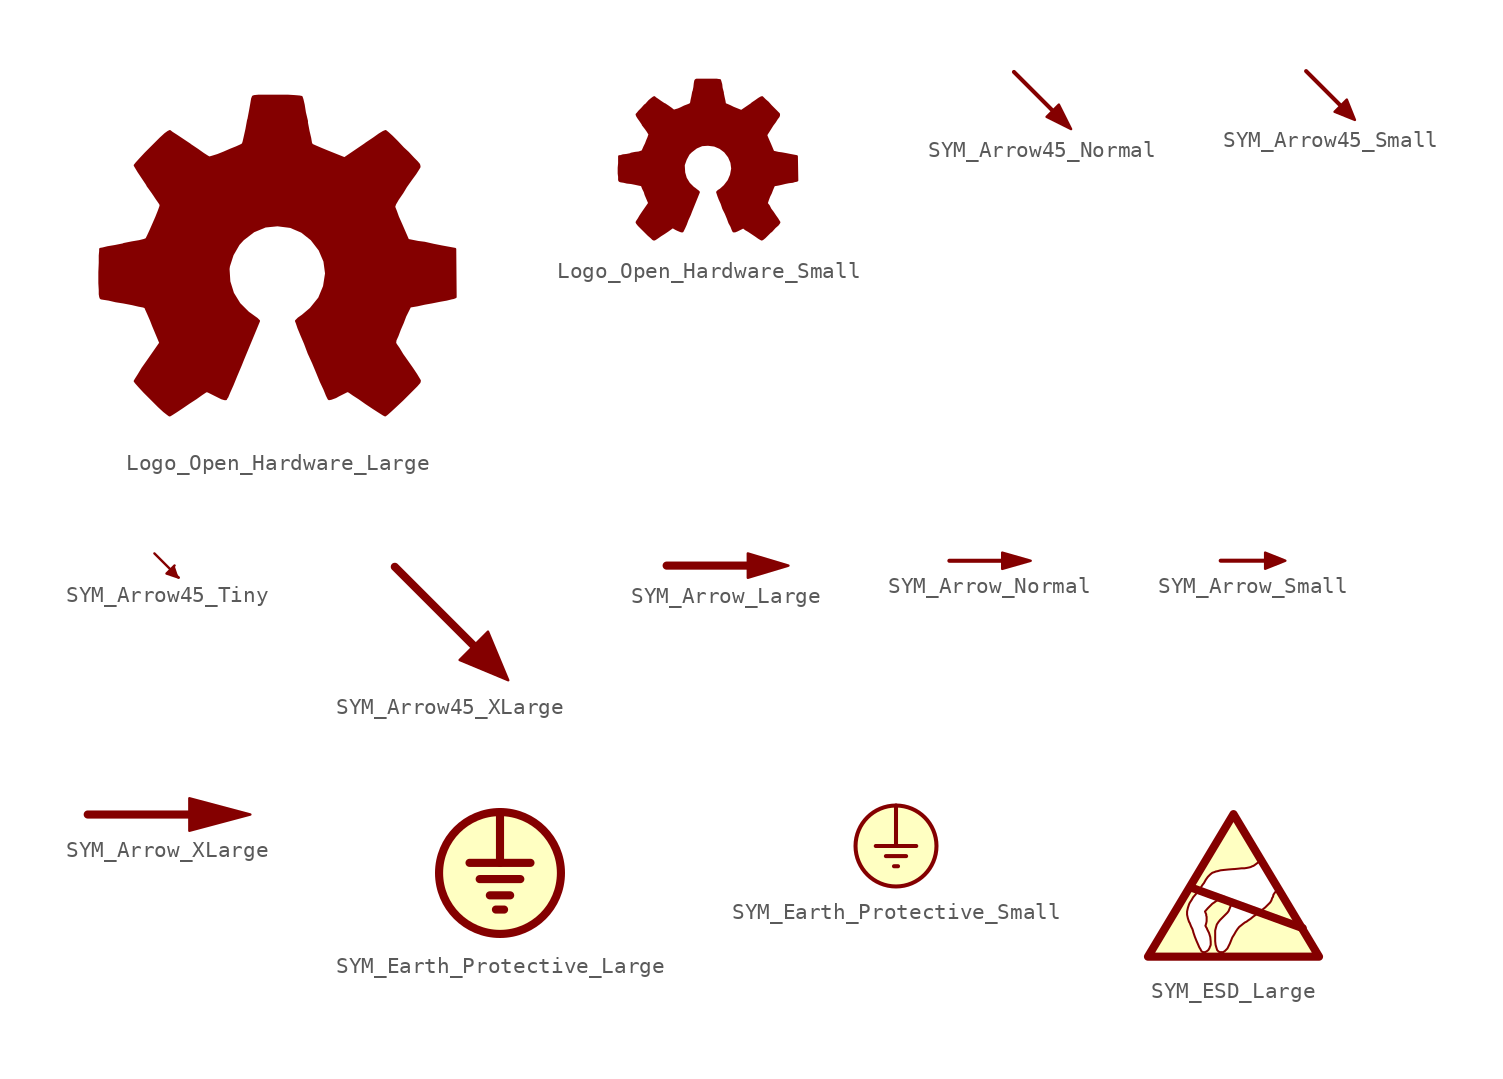
<source format=kicad_sym>
(kicad_symbol_lib
  (version 20201005)
  (generator kicad_symbol_editor)
  (symbol "Graphic:Logo_Open_Hardware_Large"
    (pin_names
      (offset 1.016))
    (property "Reference" "#LOGO"
      (at 0 12.7 0)
      (effects (font (size 1.27 1.27)) hide))
    (symbol "Logo_Open_Hardware_Large_1_1"
      (polyline (pts (xy 6.731 -8.712) (xy 6.629 -8.661) (xy 6.35 -8.484) (xy 5.994 -8.255) (xy 5.537 -7.95) (xy 5.105 -7.645) (xy 4.75 -7.417) (xy 4.496 -7.239) (xy 4.394 -7.188) (xy 4.318 -7.214) (xy 4.115 -7.315) (xy 3.81 -7.468) (xy 3.632 -7.569) (xy 3.353 -7.671) (xy 3.226 -7.696) (xy 3.2 -7.671) (xy 3.099 -7.468) (xy 2.946 -7.087) (xy 2.718 -6.604) (xy 2.489 -6.045) (xy 2.235 -5.436) (xy 1.956 -4.826) (xy 1.727 -4.216) (xy 1.499 -3.683) (xy 1.321 -3.251) (xy 1.219 -2.946) (xy 1.168 -2.819) (xy 1.194 -2.794) (xy 1.321 -2.667) (xy 1.575 -2.489) (xy 2.083 -2.057) (xy 2.616 -1.397) (xy 2.921 -0.66) (xy 3.048 0.152) (xy 2.946 0.914) (xy 2.642 1.626) (xy 2.134 2.286) (xy 1.524 2.769) (xy 0.813 3.073) (xy 0 3.175) (xy -0.762 3.099) (xy -1.499 2.794) (xy -2.159 2.286) (xy -2.438 1.981) (xy -2.819 1.321) (xy -3.048 0.61) (xy -3.073 0.432) (xy -3.023 -0.356) (xy -2.794 -1.092) (xy -2.388 -1.753) (xy -1.829 -2.311) (xy -1.753 -2.362) (xy -1.473 -2.565) (xy -1.295 -2.692) (xy -1.168 -2.819) (xy -2.159 -5.207) (xy -2.311 -5.588) (xy -2.591 -6.248) (xy -2.819 -6.807) (xy -3.023 -7.264) (xy -3.15 -7.569) (xy -3.226 -7.671) (xy -3.226 -7.696) (xy -3.302 -7.696) (xy -3.48 -7.645) (xy -3.835 -7.468) (xy -4.039 -7.366) (xy -4.293 -7.239) (xy -4.42 -7.188) (xy -4.521 -7.239) (xy -4.75 -7.391) (xy -5.105 -7.645) (xy -5.537 -7.925) (xy -5.944 -8.204) (xy -6.325 -8.458) (xy -6.604 -8.636) (xy -6.731 -8.712) (xy -6.756 -8.712) (xy -6.858 -8.636) (xy -7.087 -8.458) (xy -7.417 -8.153) (xy -7.874 -7.696) (xy -7.95 -7.62) (xy -8.331 -7.239) (xy -8.636 -6.909) (xy -8.839 -6.68) (xy -8.915 -6.579) (xy -8.915 -6.579) (xy -8.839 -6.452) (xy -8.661 -6.172) (xy -8.433 -5.791) (xy -8.128 -5.359) (xy -7.315 -4.191) (xy -7.772 -3.099) (xy -7.899 -2.769) (xy -8.077 -2.362) (xy -8.204 -2.083) (xy -8.255 -1.956) (xy -8.382 -1.905) (xy -8.661 -1.854) (xy -9.093 -1.753) (xy -9.627 -1.651) (xy -10.109 -1.575) (xy -10.541 -1.473) (xy -10.871 -1.422) (xy -11.024 -1.397) (xy -11.049 -1.372) (xy -11.074 -1.295) (xy -11.1 -1.143) (xy -11.1 -0.889) (xy -11.125 -0.457) (xy -11.125 0.152) (xy -11.125 0.229) (xy -11.1 0.813) (xy -11.1 1.27) (xy -11.074 1.549) (xy -11.074 1.676) (xy -11.074 1.676) (xy -10.922 1.702) (xy -10.617 1.778) (xy -10.16 1.854) (xy -9.652 1.956) (xy -9.601 1.981) (xy -9.093 2.083) (xy -8.636 2.159) (xy -8.331 2.235) (xy -8.204 2.286) (xy -8.179 2.311) (xy -8.077 2.515) (xy -7.925 2.845) (xy -7.747 3.251) (xy -7.569 3.658) (xy -7.417 4.039) (xy -7.315 4.318) (xy -7.29 4.445) (xy -7.29 4.445) (xy -7.366 4.572) (xy -7.544 4.826) (xy -7.798 5.207) (xy -8.128 5.664) (xy -8.128 5.69) (xy -8.433 6.147) (xy -8.687 6.528) (xy -8.839 6.782) (xy -8.915 6.909) (xy -8.915 6.909) (xy -8.814 7.036) (xy -8.585 7.29) (xy -8.255 7.645) (xy -7.874 8.026) (xy -7.747 8.153) (xy -7.315 8.585) (xy -7.01 8.865) (xy -6.833 8.992) (xy -6.731 9.042) (xy -6.731 9.042) (xy -6.604 8.941) (xy -6.325 8.763) (xy -5.944 8.509) (xy -5.486 8.204) (xy -5.461 8.179) (xy -5.004 7.874) (xy -4.648 7.62) (xy -4.369 7.442) (xy -4.267 7.391) (xy -4.242 7.391) (xy -4.064 7.442) (xy -3.734 7.544) (xy -3.353 7.696) (xy -2.946 7.874) (xy -2.565 8.026) (xy -2.286 8.153) (xy -2.159 8.23) (xy -2.159 8.23) (xy -2.108 8.382) (xy -2.032 8.712) (xy -1.93 9.169) (xy -1.829 9.728) (xy -1.803 9.804) (xy -1.702 10.338) (xy -1.626 10.77) (xy -1.575 11.074) (xy -1.524 11.201) (xy -1.448 11.227) (xy -1.194 11.252) (xy -0.813 11.252) (xy -0.33 11.252) (xy 0.152 11.252) (xy 0.66 11.252) (xy 1.067 11.227) (xy 1.372 11.201) (xy 1.499 11.176) (xy 1.499 11.176) (xy 1.549 11.024) (xy 1.626 10.693) (xy 1.702 10.211) (xy 1.829 9.677) (xy 1.829 9.576) (xy 1.93 9.042) (xy 2.032 8.611) (xy 2.083 8.306) (xy 2.134 8.204) (xy 2.159 8.179) (xy 2.388 8.077) (xy 2.743 7.925) (xy 3.175 7.747) (xy 4.191 7.341) (xy 5.461 8.204) (xy 5.563 8.28) (xy 6.02 8.585) (xy 6.375 8.839) (xy 6.629 8.992) (xy 6.756 9.042) (xy 6.756 9.042) (xy 6.883 8.941) (xy 7.137 8.712) (xy 7.468 8.382) (xy 7.849 7.976) (xy 8.153 7.696) (xy 8.484 7.341) (xy 8.712 7.112) (xy 8.839 6.96) (xy 8.865 6.858) (xy 8.865 6.807) (xy 8.788 6.68) (xy 8.611 6.401) (xy 8.331 6.02) (xy 8.026 5.588) (xy 7.798 5.207) (xy 7.518 4.801) (xy 7.341 4.496) (xy 7.29 4.343) (xy 7.29 4.293) (xy 7.391 4.039) (xy 7.518 3.683) (xy 7.722 3.226) (xy 8.153 2.235) (xy 8.788 2.108) (xy 9.195 2.057) (xy 9.754 1.93) (xy 10.262 1.829) (xy 11.1 1.676) (xy 11.125 -1.321) (xy 10.998 -1.372) (xy 10.871 -1.397) (xy 10.566 -1.473) (xy 10.135 -1.549) (xy 9.627 -1.651) (xy 9.195 -1.727) (xy 8.738 -1.829) (xy 8.433 -1.88) (xy 8.28 -1.905) (xy 8.255 -1.956) (xy 8.153 -2.159) (xy 7.976 -2.515) (xy 7.823 -2.921) (xy 7.645 -3.327) (xy 7.493 -3.734) (xy 7.366 -4.013) (xy 7.341 -4.191) (xy 7.391 -4.293) (xy 7.569 -4.547) (xy 7.798 -4.928) (xy 8.103 -5.359) (xy 8.407 -5.791) (xy 8.661 -6.172) (xy 8.814 -6.426) (xy 8.89 -6.553) (xy 8.865 -6.655) (xy 8.687 -6.858) (xy 8.357 -7.188) (xy 7.874 -7.671) (xy 7.798 -7.747) (xy 7.391 -8.128) (xy 7.061 -8.433) (xy 6.833 -8.636) (xy 6.731 -8.712)) (stroke (width 0)) (fill (type outline)))))
  (symbol "Graphic:Logo_Open_Hardware_Small"
    (pin_names
      (offset 1.016))
    (property "Reference" "#LOGO"
      (at 0 6.985 0)
      (effects (font (size 1.27 1.27)) hide))
    (symbol "Logo_Open_Hardware_Small_0_1"
      (polyline (pts (xy 3.353 -4.343) (xy 3.302 -4.318) (xy 3.175 -4.242) (xy 2.997 -4.115) (xy 2.769 -3.962) (xy 2.54 -3.81) (xy 2.362 -3.708) (xy 2.235 -3.607) (xy 2.184 -3.581) (xy 2.159 -3.607) (xy 2.057 -3.658) (xy 1.905 -3.734) (xy 1.803 -3.785) (xy 1.676 -3.835) (xy 1.6 -3.835) (xy 1.6 -3.835) (xy 1.549 -3.734) (xy 1.473 -3.531) (xy 1.346 -3.302) (xy 1.245 -3.023) (xy 1.118 -2.718) (xy 0.965 -2.413) (xy 0.864 -2.108) (xy 0.737 -1.829) (xy 0.66 -1.626) (xy 0.61 -1.473) (xy 0.584 -1.397) (xy 0.584 -1.397) (xy 0.66 -1.321) (xy 0.787 -1.245) (xy 1.041 -1.016) (xy 1.295 -0.686) (xy 1.448 -0.33) (xy 1.524 0.076) (xy 1.473 0.457) (xy 1.321 0.813) (xy 1.067 1.143) (xy 0.762 1.372) (xy 0.406 1.524) (xy 0 1.575) (xy -0.381 1.549) (xy -0.737 1.397) (xy -1.067 1.143) (xy -1.219 0.991) (xy -1.397 0.66) (xy -1.524 0.305) (xy -1.524 0.229) (xy -1.499 -0.178) (xy -1.397 -0.533) (xy -1.194 -0.864) (xy -0.914 -1.143) (xy -0.864 -1.168) (xy -0.737 -1.27) (xy -0.635 -1.346) (xy -0.584 -1.397) (xy -1.067 -2.591) (xy -1.143 -2.794) (xy -1.295 -3.124) (xy -1.397 -3.404) (xy -1.499 -3.632) (xy -1.575 -3.785) (xy -1.6 -3.835) (xy -1.6 -3.835) (xy -1.651 -3.835) (xy -1.727 -3.81) (xy -1.905 -3.734) (xy -2.007 -3.683) (xy -2.134 -3.607) (xy -2.21 -3.581) (xy -2.261 -3.607) (xy -2.362 -3.683) (xy -2.54 -3.81) (xy -2.769 -3.962) (xy -2.972 -4.089) (xy -3.15 -4.216) (xy -3.302 -4.318) (xy -3.353 -4.343) (xy -3.378 -4.343) (xy -3.429 -4.318) (xy -3.531 -4.216) (xy -3.708 -4.064) (xy -3.937 -3.835) (xy -3.962 -3.81) (xy -4.166 -3.607) (xy -4.318 -3.454) (xy -4.42 -3.327) (xy -4.445 -3.277) (xy -4.445 -3.277) (xy -4.42 -3.226) (xy -4.318 -3.073) (xy -4.216 -2.896) (xy -4.064 -2.667) (xy -3.658 -2.083) (xy -3.886 -1.549) (xy -3.937 -1.372) (xy -4.039 -1.168) (xy -4.089 -1.041) (xy -4.115 -0.965) (xy -4.191 -0.94) (xy -4.318 -0.914) (xy -4.547 -0.864) (xy -4.801 -0.813) (xy -5.055 -0.787) (xy -5.258 -0.737) (xy -5.436 -0.711) (xy -5.512 -0.686) (xy -5.512 -0.686) (xy -5.537 -0.635) (xy -5.537 -0.559) (xy -5.537 -0.432) (xy -5.563 -0.229) (xy -5.563 0.076) (xy -5.563 0.127) (xy -5.537 0.406) (xy -5.537 0.635) (xy -5.537 0.762) (xy -5.537 0.838) (xy -5.537 0.838) (xy -5.461 0.838) (xy -5.309 0.889) (xy -5.08 0.914) (xy -4.826 0.965) (xy -4.801 0.991) (xy -4.547 1.041) (xy -4.318 1.067) (xy -4.166 1.118) (xy -4.089 1.143) (xy -4.089 1.143) (xy -4.039 1.245) (xy -3.962 1.422) (xy -3.861 1.626) (xy -3.785 1.829) (xy -3.708 2.007) (xy -3.658 2.159) (xy -3.632 2.21) (xy -3.632 2.21) (xy -3.683 2.286) (xy -3.759 2.413) (xy -3.886 2.591) (xy -4.064 2.819) (xy -4.064 2.845) (xy -4.216 3.073) (xy -4.343 3.251) (xy -4.42 3.378) (xy -4.445 3.454) (xy -4.445 3.454) (xy -4.394 3.505) (xy -4.293 3.632) (xy -4.115 3.81) (xy -3.937 4.013) (xy -3.861 4.064) (xy -3.658 4.293) (xy -3.505 4.42) (xy -3.404 4.496) (xy -3.353 4.521) (xy -3.353 4.521) (xy -3.302 4.47) (xy -3.15 4.369) (xy -2.972 4.242) (xy -2.743 4.089) (xy -2.718 4.089) (xy -2.489 3.937) (xy -2.311 3.81) (xy -2.184 3.708) (xy -2.134 3.683) (xy -2.108 3.683) (xy -2.032 3.708) (xy -1.854 3.759) (xy -1.676 3.835) (xy -1.473 3.937) (xy -1.27 4.013) (xy -1.143 4.064) (xy -1.067 4.115) (xy -1.067 4.115) (xy -1.041 4.191) (xy -1.016 4.343) (xy -0.965 4.572) (xy -0.914 4.851) (xy -0.889 4.902) (xy -0.838 5.156) (xy -0.813 5.385) (xy -0.787 5.537) (xy -0.762 5.588) (xy -0.711 5.613) (xy -0.584 5.613) (xy -0.406 5.613) (xy -0.152 5.613) (xy 0.076 5.613) (xy 0.33 5.613) (xy 0.533 5.613) (xy 0.686 5.588) (xy 0.737 5.588) (xy 0.737 5.588) (xy 0.762 5.512) (xy 0.813 5.334) (xy 0.838 5.105) (xy 0.914 4.826) (xy 0.914 4.775) (xy 0.965 4.521) (xy 1.016 4.293) (xy 1.041 4.14) (xy 1.067 4.089) (xy 1.067 4.089) (xy 1.194 4.039) (xy 1.372 3.962) (xy 1.575 3.861) (xy 2.083 3.658) (xy 2.718 4.089) (xy 2.769 4.14) (xy 2.997 4.293) (xy 3.175 4.42) (xy 3.302 4.496) (xy 3.378 4.521) (xy 3.378 4.521) (xy 3.429 4.47) (xy 3.556 4.343) (xy 3.734 4.191) (xy 3.912 3.988) (xy 4.064 3.835) (xy 4.242 3.658) (xy 4.343 3.556) (xy 4.42 3.48) (xy 4.42 3.429) (xy 4.42 3.404) (xy 4.394 3.327) (xy 4.293 3.2) (xy 4.166 2.997) (xy 4.013 2.794) (xy 3.886 2.591) (xy 3.759 2.388) (xy 3.658 2.235) (xy 3.632 2.159) (xy 3.632 2.134) (xy 3.683 2.007) (xy 3.759 1.829) (xy 3.861 1.6) (xy 4.064 1.118) (xy 4.394 1.041) (xy 4.597 1.016) (xy 4.877 0.965) (xy 5.131 0.914) (xy 5.537 0.838) (xy 5.563 -0.66) (xy 5.486 -0.686) (xy 5.436 -0.686) (xy 5.283 -0.737) (xy 5.055 -0.762) (xy 4.801 -0.813) (xy 4.597 -0.864) (xy 4.369 -0.914) (xy 4.216 -0.94) (xy 4.14 -0.94) (xy 4.115 -0.965) (xy 4.064 -1.067) (xy 3.988 -1.245) (xy 3.912 -1.448) (xy 3.81 -1.651) (xy 3.734 -1.854) (xy 3.683 -2.007) (xy 3.658 -2.083) (xy 3.683 -2.134) (xy 3.785 -2.261) (xy 3.886 -2.464) (xy 4.039 -2.667) (xy 4.191 -2.896) (xy 4.318 -3.073) (xy 4.394 -3.2) (xy 4.445 -3.277) (xy 4.42 -3.327) (xy 4.343 -3.429) (xy 4.166 -3.581) (xy 3.937 -3.835) (xy 3.886 -3.861) (xy 3.683 -4.064) (xy 3.531 -4.216) (xy 3.404 -4.318) (xy 3.353 -4.343)) (stroke (width 0)) (fill (type outline)))))
  (symbol "Graphic:SYM_Arrow45_Normal"
    (pin_names
      (offset 1.016))
    (property "Reference" "#SYM"
      (at 3.81 1.27 0)
      (effects (font (size 1.27 1.27)) hide))
    (symbol "SYM_Arrow45_Normal_0_1"
      (polyline (pts (xy 1.524 -1.524) (xy -1.778 1.778)) (stroke (width 0.254)) (fill (type none)))
      (polyline (pts (xy 1.778 -1.778) (xy 0.254 -1.016) (xy 1.016 -0.254) (xy 1.778 -1.778)) (stroke (width 0)) (fill (type outline)))))
  (symbol "Graphic:SYM_Arrow45_Small"
    (pin_names
      (offset 1.016))
    (property "Reference" "#SYM"
      (at 4.318 1.016 0)
      (effects (font (size 1.27 1.27)) hide))
    (symbol "SYM_Arrow45_Small_0_1"
      (polyline (pts (xy 1.27 -1.27) (xy -1.524 1.524)) (stroke (width 0.254)) (fill (type none)))
      (polyline (pts (xy 1.524 -1.524) (xy 0.254 -1.016) (xy 1.016 -0.254) (xy 1.524 -1.524)) (stroke (width 0)) (fill (type outline)))))
  (symbol "Graphic:SYM_Arrow45_Tiny"
    (pin_names
      (offset 1.016))
    (property "Reference" "#SYM"
      (at 4.064 1.27 0)
      (effects (font (size 1.27 1.27)) hide))
    (symbol "SYM_Arrow45_Tiny_0_1"
      (polyline (pts (xy 0.508 -0.762) (xy -1.016 0.762)) (stroke (width 0)) (fill (type none)))
      (polyline (pts (xy 0.508 -0.762) (xy -0.254 -0.508) (xy 0.254 0)) (stroke (width 0)) (fill (type outline)))))
  (symbol "Graphic:SYM_Arrow45_XLarge"
    (pin_names
      (offset 1.016))
    (property "Reference" "#SYM"
      (at 2.794 2.54 0)
      (effects (font (size 1.27 1.27)) hide))
    (symbol "SYM_Arrow45_XLarge_0_1"
      (polyline (pts (xy 3.048 -3.048) (xy -3.556 3.556)) (stroke (width 0.508)) (fill (type none)))
      (polyline (pts (xy 3.556 -3.556) (xy 0.508 -2.286) (xy 2.286 -0.508) (xy 3.556 -3.556)) (stroke (width 0)) (fill (type outline)))))
  (symbol "Graphic:SYM_Arrow_Large"
    (pin_names
      (offset 1.016))
    (property "Reference" "#SYM"
      (at 0 2.286 0)
      (effects (font (size 1.27 1.27)) hide))
    (symbol "SYM_Arrow_Large_0_1"
      (polyline (pts (xy 2.54 0) (xy -3.81 0)) (stroke (width 0.508)) (fill (type none)))
      (polyline (pts (xy 3.81 0) (xy 1.27 -0.762) (xy 1.27 0.762) (xy 3.81 0)) (stroke (width 0)) (fill (type outline)))))
  (symbol "Graphic:SYM_Arrow_Normal"
    (pin_names
      (offset 1.016))
    (property "Reference" "#SYM"
      (at 0 1.524 0)
      (effects (font (size 1.27 1.27)) hide))
    (symbol "SYM_Arrow_Normal_0_1"
      (polyline (pts (xy 1.524 0) (xy -2.54 0)) (stroke (width 0.254)) (fill (type none)))
      (polyline (pts (xy 2.54 0) (xy 0.762 -0.508) (xy 0.762 0.508) (xy 2.54 0)) (stroke (width 0)) (fill (type outline)))))
  (symbol "Graphic:SYM_Arrow_Small"
    (pin_names
      (offset 1.016))
    (property "Reference" "#SYM"
      (at 0 1.524 0)
      (effects (font (size 1.27 1.27)) hide))
    (symbol "SYM_Arrow_Small_0_1"
      (polyline (pts (xy 1.524 0) (xy -2.032 0)) (stroke (width 0.254)) (fill (type none)))
      (polyline (pts (xy 2.032 0) (xy 0.762 -0.508) (xy 0.762 0.508) (xy 2.032 0)) (stroke (width 0)) (fill (type outline)))))
  (symbol "Graphic:SYM_Arrow_XLarge"
    (pin_names
      (offset 1.016))
    (property "Reference" "#SYM"
      (at 0 2.286 0)
      (effects (font (size 1.27 1.27)) hide))
    (symbol "SYM_Arrow_XLarge_0_1"
      (polyline (pts (xy 2.54 0) (xy -5.08 0)) (stroke (width 0.508)) (fill (type none)))
      (polyline (pts (xy 5.08 0) (xy 1.27 -1.016) (xy 1.27 1.016) (xy 5.08 0)) (stroke (width 0)) (fill (type outline)))))
  (symbol "Graphic:SYM_Earth_Protective_Large"
    (pin_names
      (offset 0))
    (property "Reference" "#SYM"
      (at 0 5.08 0)
      (effects (font (size 1.27 1.27)) hide))
    (symbol "SYM_Earth_Protective_Large_0_1"
      (circle (center 0 0) (radius 3.81) (stroke (width 0.508)) (fill (type background)))
      (polyline (pts (xy -1.27 -0.381) (xy 1.27 -0.381)) (stroke (width 0.508)) (fill (type none)))
      (polyline (pts (xy -0.254 -2.286) (xy 0.254 -2.286)) (stroke (width 0.508)) (fill (type none)))
      (polyline (pts (xy 0 0.635) (xy 0 3.81)) (stroke (width 0.508)) (fill (type none)))
      (polyline (pts (xy 1.905 0.635) (xy -1.905 0.635)) (stroke (width 0.508)) (fill (type none)))
      (polyline (pts (xy 0.635 -1.397) (xy -0.635 -1.397) (xy 0.635 -1.397)) (stroke (width 0.508)) (fill (type none)))))
  (symbol "Graphic:SYM_Earth_Protective_Small"
    (pin_names
      (offset 0))
    (property "Reference" "#SYM"
      (at 0 3.81 0)
      (effects (font (size 1.27 1.27)) hide))
    (symbol "SYM_Earth_Protective_Small_0_1"
      (circle (center 0 0) (radius 2.54) (stroke (width 0.254)) (fill (type background)))
      (polyline (pts (xy -0.635 -0.635) (xy 0.635 -0.635)) (stroke (width 0.254)) (fill (type none)))
      (polyline (pts (xy -0.127 -1.27) (xy 0.127 -1.27)) (stroke (width 0.254)) (fill (type none)))
      (polyline (pts (xy 0 0) (xy 0 2.54)) (stroke (width 0.254)) (fill (type none)))
      (polyline (pts (xy 1.27 0) (xy -1.27 0)) (stroke (width 0.254)) (fill (type none)))))
  (symbol "Graphic:SYM_ESD_Large"
    (pin_names
      (offset 1.016))
    (property "Reference" "#SYM"
      (at 0 5.08 0)
      (effects (font (size 1.27 1.27)) hide))
    (symbol "SYM_ESD_Large_0_0"
      (polyline (pts (xy -2.667 -0.762) (xy 4.318 -3.302)) (stroke (width 0.508)) (fill (type none)))
      (polyline (pts (xy 0.483 -5.131) (xy 5.385 -5.131) (xy 5.385 -5.105) (xy 5.334 -5.055) (xy 5.283 -4.953) (xy 5.207 -4.826) (xy 5.004 -4.47) (xy 4.877 -4.267) (xy 4.75 -4.039) (xy 4.14 -3.023) (xy 3.988 -2.743) (xy 3.531 -1.981) (xy 3.404 -1.753) (xy 3.277 -1.549) (xy 3.15 -1.372) (xy 3.073 -1.194) (xy 2.997 -1.067) (xy 2.921 -0.965) (xy 2.896 -0.889) (xy 2.845 -0.838) (xy 2.819 -0.864) (xy 2.769 -0.889) (xy 2.591 -1.067) (xy 2.489 -1.219) (xy 2.464 -1.346) (xy 2.413 -1.422) (xy 2.362 -1.575) (xy 2.286 -1.702) (xy 1.981 -2.007) (xy 1.854 -2.108) (xy 1.702 -2.235) (xy 1.549 -2.337) (xy 1.397 -2.464) (xy 1.219 -2.591) (xy 1.067 -2.718) (xy 0.914 -2.819) (xy 0.813 -2.896) (xy 0.711 -2.946) (xy 0.61 -3.023) (xy 0.356 -3.226) (xy 0.254 -3.353) (xy 0.152 -3.505) (xy 0.051 -3.683) (xy -0.076 -3.886) (xy -0.229 -4.267) (xy -0.381 -4.572) (xy -0.533 -4.724) (xy -0.61 -4.775) (xy -0.635 -4.801) (xy -0.838 -4.801) (xy -0.914 -4.775) (xy -1.016 -4.674) (xy -1.067 -4.521) (xy -1.118 -4.343) (xy -1.143 -4.115) (xy -1.143 -3.454) (xy -1.092 -3.251) (xy -1.041 -3.073) (xy -0.94 -2.921) (xy -0.838 -2.794) (xy -0.381 -2.337) (xy -0.305 -2.235) (xy -0.203 -1.981) (xy -0.178 -1.93) (xy -0.152 -1.829) (xy -0.127 -1.753) (xy -0.127 -1.727) (xy -0.203 -1.651) (xy -0.254 -1.575) (xy -0.356 -1.524) (xy -0.432 -1.448) (xy -0.508 -1.397) (xy -0.559 -1.346) (xy -0.61 -1.346) (xy -0.66 -1.372) (xy -0.737 -1.422) (xy -0.838 -1.473) (xy -0.965 -1.549) (xy -1.067 -1.6) (xy -1.168 -1.676) (xy -1.321 -1.778) (xy -1.6 -2.057) (xy -1.778 -2.261) (xy -1.727 -2.388) (xy -1.702 -2.438) (xy -1.702 -2.515) (xy -1.676 -2.591) (xy -1.676 -2.87) (xy -1.702 -2.997) (xy -1.727 -3.073) (xy -1.727 -3.099) (xy -1.753 -3.15) (xy -1.702 -3.251) (xy -1.651 -3.327) (xy -1.651 -3.353) (xy -1.524 -3.607) (xy -1.448 -3.861) (xy -1.422 -4.14) (xy -1.422 -4.343) (xy -1.448 -4.42) (xy -1.473 -4.47) (xy -1.499 -4.547) (xy -1.575 -4.674) (xy -1.676 -4.75) (xy -1.778 -4.801) (xy -1.88 -4.801) (xy -1.956 -4.775) (xy -2.007 -4.724) (xy -2.057 -4.623) (xy -2.134 -4.496) (xy -2.21 -4.318) (xy -2.311 -4.089) (xy -2.413 -3.835) (xy -2.515 -3.531) (xy -2.515 -3.505) (xy -2.565 -3.353) (xy -2.642 -3.2) (xy -2.743 -2.946) (xy -2.769 -2.921) (xy -2.845 -2.692) (xy -2.896 -2.464) (xy -2.896 -2.261) (xy -2.845 -2.032) (xy -2.769 -1.803) (xy -2.718 -1.702) (xy -2.616 -1.549) (xy -2.515 -1.372) (xy -2.362 -1.194) (xy -2.21 -0.991) (xy -2.108 -0.889) (xy -1.956 -0.635) (xy -1.88 -0.533) (xy -1.854 -0.508) (xy -1.727 -0.279) (xy -1.6 -0.102) (xy -1.448 0.051) (xy -1.321 0.152) (xy -1.168 0.203) (xy -1.118 0.229) (xy -0.991 0.254) (xy -0.813 0.305) (xy -0.584 0.33) (xy -0.33 0.356) (xy -0.025 0.381) (xy 0.025 0.381) (xy 0.279 0.406) (xy 0.508 0.432) (xy 0.686 0.432) (xy 0.838 0.457) (xy 0.965 0.483) (xy 1.067 0.508) (xy 1.168 0.559) (xy 1.245 0.584) (xy 1.321 0.635) (xy 1.524 0.787) (xy 1.727 0.991) (xy 1.727 1.041) (xy 1.702 1.092) (xy 1.651 1.168) (xy 1.6 1.27) (xy 1.499 1.422) (xy 1.422 1.6) (xy 1.168 2.007) (xy 1.041 2.235) (xy 0.66 2.87) (xy 0.508 3.099) (xy 0.406 3.302) (xy 0.305 3.454) (xy 0.229 3.581) (xy 0.152 3.683) (xy 0.102 3.759) (xy 0.051 3.861) (xy 0.025 3.886) (xy -0.051 3.886) (xy -0.051 3.861) (xy -0.127 3.785) (xy -0.152 3.734) (xy -0.203 3.658) (xy -0.254 3.556) (xy -0.406 3.302) (xy -0.508 3.15) (xy -0.61 2.972) (xy -0.737 2.769) (xy -1.041 2.261) (xy -1.219 1.956) (xy -1.422 1.626) (xy -1.88 0.864) (xy -2.134 0.406) (xy -2.438 -0.076) (xy -2.743 -0.61) (xy -2.921 -0.889) (xy -3.429 -1.753) (xy -3.658 -2.159) (xy -3.886 -2.54) (xy -4.115 -2.896) (xy -4.318 -3.251) (xy -4.521 -3.581) (xy -4.674 -3.886) (xy -4.851 -4.14) (xy -4.978 -4.394) (xy -5.105 -4.597) (xy -5.232 -4.775) (xy -5.359 -5.029) (xy -5.41 -5.105) (xy -5.41 -5.131) (xy -0.711 -5.131) (xy -0.025 -5.156) (xy 0.483 -5.131)) (stroke (width 0.127)) (fill (type background))))
    (symbol "SYM_ESD_Large_0_1"
      (polyline (pts (xy -5.334 -5.08) (xy 5.334 -5.08) (xy 0 3.81) (xy -5.334 -5.08)) (stroke (width 0.508)) (fill (type none))))))
</source>
